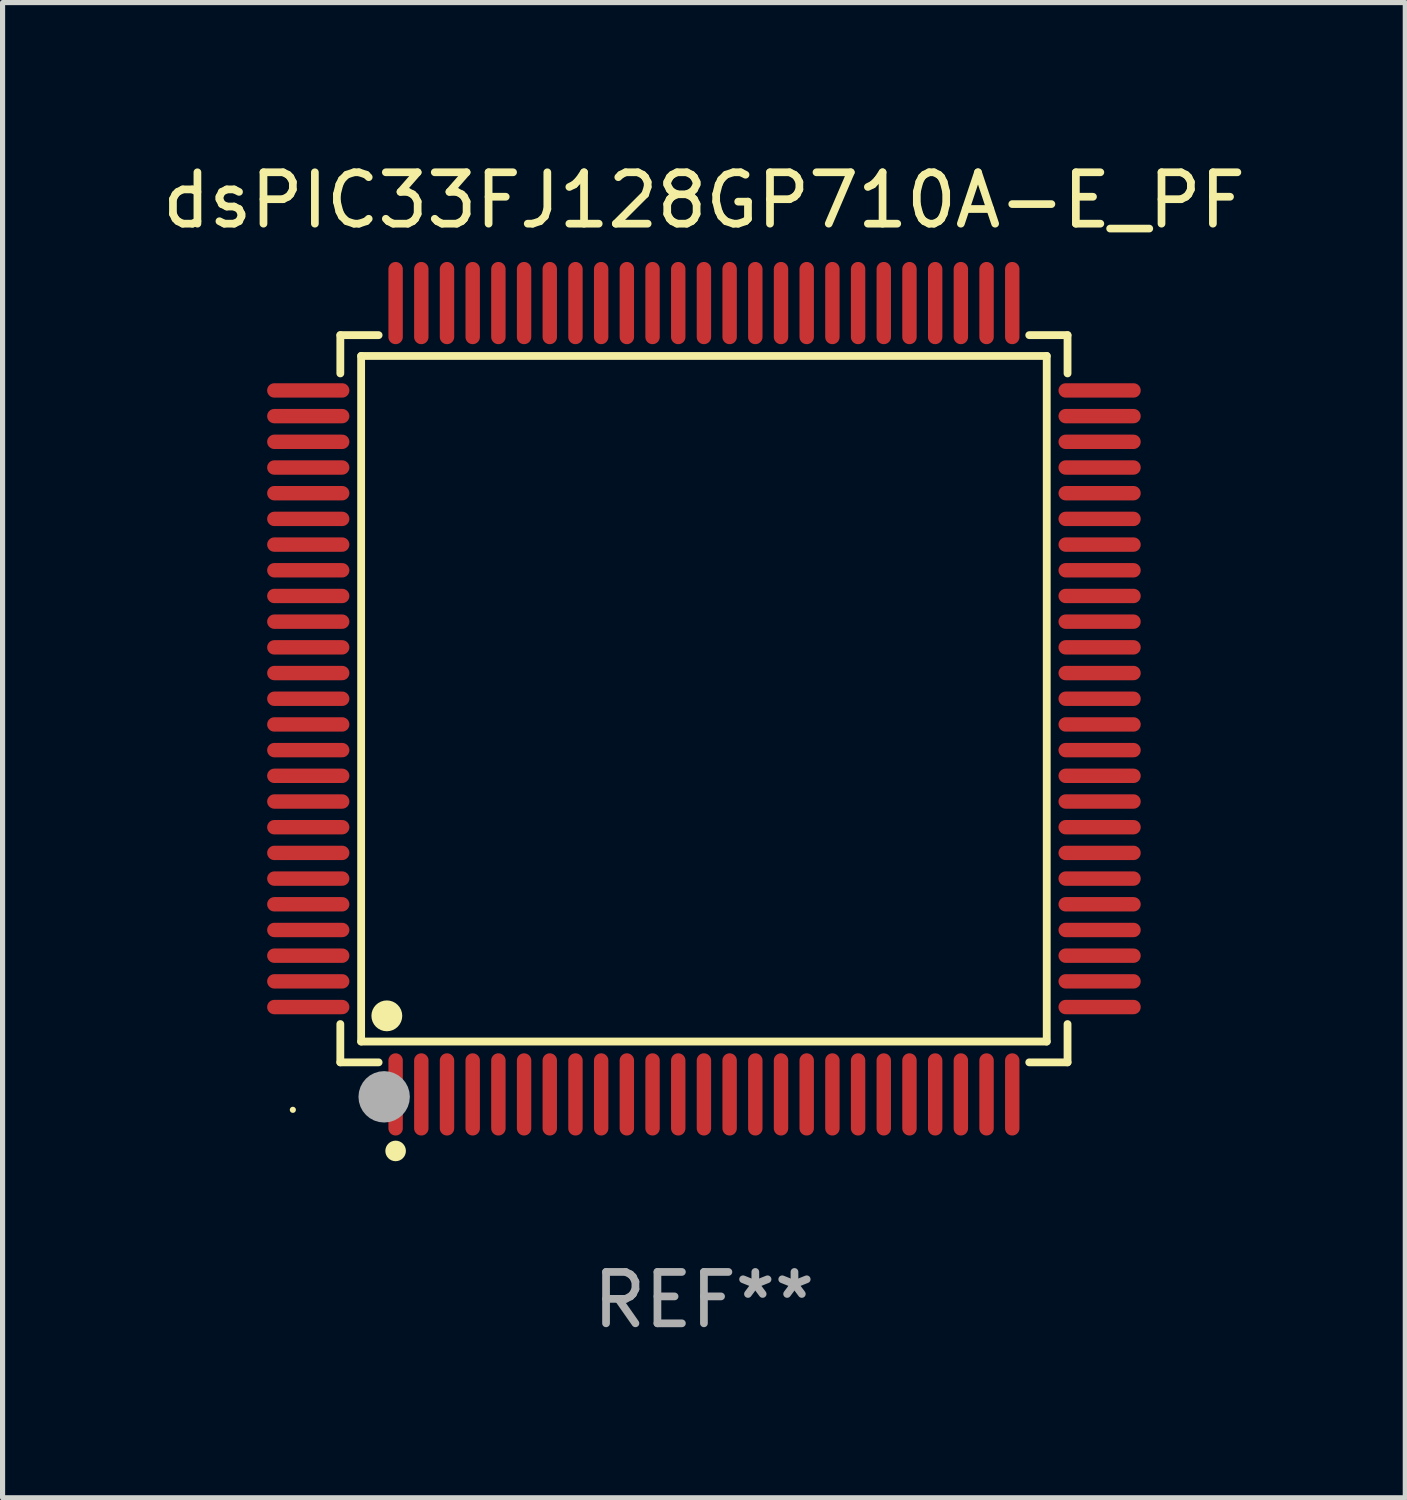
<source format=kicad_pcb>
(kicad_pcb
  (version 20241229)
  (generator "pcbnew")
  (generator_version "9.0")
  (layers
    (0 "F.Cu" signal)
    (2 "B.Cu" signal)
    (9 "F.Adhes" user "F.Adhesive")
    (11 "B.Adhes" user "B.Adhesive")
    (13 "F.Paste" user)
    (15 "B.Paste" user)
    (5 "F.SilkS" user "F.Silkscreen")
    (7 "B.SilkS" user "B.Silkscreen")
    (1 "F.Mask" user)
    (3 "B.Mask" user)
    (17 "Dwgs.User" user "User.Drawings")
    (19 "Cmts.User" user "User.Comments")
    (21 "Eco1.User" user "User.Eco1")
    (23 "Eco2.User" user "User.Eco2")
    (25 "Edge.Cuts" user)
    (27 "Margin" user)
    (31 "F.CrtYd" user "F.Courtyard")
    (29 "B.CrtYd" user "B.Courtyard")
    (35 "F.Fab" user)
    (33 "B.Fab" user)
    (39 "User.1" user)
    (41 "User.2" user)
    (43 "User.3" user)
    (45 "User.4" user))
  (footprint "dsPIC33FJ128GP710A-E_PF"
    (layer "F.Cu")
    (at 10.649 10.548)
    (property "Reference" "dsPIC33FJ128GP710A-E_PF" (at 0 -9.7 0) (layer "F.SilkS") (effects (font (size 1 1) (thickness 0.15))))
    (attr through_hole)
    (fp_line (start -7.076 -7.076) (end -6.331 -7.076) (stroke (width 0.152) (type solid)) (layer "F.SilkS"))
    (fp_line (start -7.076 -6.331) (end -7.076 -7.076) (stroke (width 0.152) (type solid)) (layer "F.SilkS"))
    (fp_line (start -7.076 6.331) (end -7.076 7.076) (stroke (width 0.152) (type solid)) (layer "F.SilkS"))
    (fp_line (start -7.076 7.076) (end -6.331 7.076) (stroke (width 0.152) (type solid)) (layer "F.SilkS"))
    (fp_line (start -6.671 -6.671) (end 6.671 -6.671) (stroke (width 0.152) (type solid)) (layer "F.SilkS"))
    (fp_line (start -6.671 6.671) (end -6.671 -6.671) (stroke (width 0.152) (type solid)) (layer "F.SilkS"))
    (fp_line (start 6.671 -6.671) (end 6.671 6.671) (stroke (width 0.152) (type solid)) (layer "F.SilkS"))
    (fp_line (start 6.671 6.671) (end -6.671 6.671) (stroke (width 0.152) (type solid)) (layer "F.SilkS"))
    (fp_line (start 7.076 -7.076) (end 6.331 -7.076) (stroke (width 0.152) (type solid)) (layer "F.SilkS"))
    (fp_line (start 7.076 -6.331) (end 7.076 -7.076) (stroke (width 0.152) (type solid)) (layer "F.SilkS"))
    (fp_line (start 7.076 6.331) (end 7.076 7.076) (stroke (width 0.152) (type solid)) (layer "F.SilkS"))
    (fp_line (start 7.076 7.076) (end 6.331 7.076) (stroke (width 0.152) (type solid)) (layer "F.SilkS"))
    (fp_circle (center -8 8) (end -7.97 8) (stroke (width 0.06) (type solid)) (fill no) (layer "F.SilkS"))
    (fp_circle (center -6.171 6.171) (end -6.021 6.171) (stroke (width 0.3) (type solid)) (fill no) (layer "F.SilkS"))
    (fp_circle (center -6 8.8) (end -5.9 8.8) (stroke (width 0.2) (type solid)) (fill no) (layer "F.SilkS"))
    (fp_circle (center -6.223 7.747) (end -5.973 7.747) (stroke (width 0.5) (type solid)) (fill no) (layer "F.Fab"))
    (fp_text user "REF**" (at 0 11.7 0) (layer "F.Fab") (effects (font (size 1 1) (thickness 0.15))))
    (pad "1" smd oval (at -6 7.7) (size 0.28 1.6) (layers "F.Cu" "F.Mask" "F.Paste"))
    (pad "2" smd oval (at -5.5 7.7) (size 0.28 1.6) (layers "F.Cu" "F.Mask" "F.Paste"))
    (pad "3" smd oval (at -5 7.7) (size 0.28 1.6) (layers "F.Cu" "F.Mask" "F.Paste"))
    (pad "4" smd oval (at -4.5 7.7) (size 0.28 1.6) (layers "F.Cu" "F.Mask" "F.Paste"))
    (pad "5" smd oval (at -4 7.7) (size 0.28 1.6) (layers "F.Cu" "F.Mask" "F.Paste"))
    (pad "6" smd oval (at -3.5 7.7) (size 0.28 1.6) (layers "F.Cu" "F.Mask" "F.Paste"))
    (pad "7" smd oval (at -3 7.7) (size 0.28 1.6) (layers "F.Cu" "F.Mask" "F.Paste"))
    (pad "8" smd oval (at -2.5 7.7) (size 0.28 1.6) (layers "F.Cu" "F.Mask" "F.Paste"))
    (pad "9" smd oval (at -2 7.7) (size 0.28 1.6) (layers "F.Cu" "F.Mask" "F.Paste"))
    (pad "10" smd oval (at -1.5 7.7) (size 0.28 1.6) (layers "F.Cu" "F.Mask" "F.Paste"))
    (pad "11" smd oval (at -1 7.7) (size 0.28 1.6) (layers "F.Cu" "F.Mask" "F.Paste"))
    (pad "12" smd oval (at -0.5 7.7) (size 0.28 1.6) (layers "F.Cu" "F.Mask" "F.Paste"))
    (pad "13" smd oval (at 0 7.7) (size 0.28 1.6) (layers "F.Cu" "F.Mask" "F.Paste"))
    (pad "14" smd oval (at 0.5 7.7) (size 0.28 1.6) (layers "F.Cu" "F.Mask" "F.Paste"))
    (pad "15" smd oval (at 1 7.7) (size 0.28 1.6) (layers "F.Cu" "F.Mask" "F.Paste"))
    (pad "16" smd oval (at 1.5 7.7) (size 0.28 1.6) (layers "F.Cu" "F.Mask" "F.Paste"))
    (pad "17" smd oval (at 2 7.7) (size 0.28 1.6) (layers "F.Cu" "F.Mask" "F.Paste"))
    (pad "18" smd oval (at 2.5 7.7) (size 0.28 1.6) (layers "F.Cu" "F.Mask" "F.Paste"))
    (pad "19" smd oval (at 3 7.7) (size 0.28 1.6) (layers "F.Cu" "F.Mask" "F.Paste"))
    (pad "20" smd oval (at 3.5 7.7) (size 0.28 1.6) (layers "F.Cu" "F.Mask" "F.Paste"))
    (pad "21" smd oval (at 4 7.7) (size 0.28 1.6) (layers "F.Cu" "F.Mask" "F.Paste"))
    (pad "22" smd oval (at 4.5 7.7) (size 0.28 1.6) (layers "F.Cu" "F.Mask" "F.Paste"))
    (pad "23" smd oval (at 5 7.7) (size 0.28 1.6) (layers "F.Cu" "F.Mask" "F.Paste"))
    (pad "24" smd oval (at 5.5 7.7) (size 0.28 1.6) (layers "F.Cu" "F.Mask" "F.Paste"))
    (pad "25" smd oval (at 6 7.7) (size 0.28 1.6) (layers "F.Cu" "F.Mask" "F.Paste"))
    (pad "26" smd oval (at 7.7 6) (size 1.6 0.28) (layers "F.Cu" "F.Mask" "F.Paste"))
    (pad "27" smd oval (at 7.7 5.5) (size 1.6 0.28) (layers "F.Cu" "F.Mask" "F.Paste"))
    (pad "28" smd oval (at 7.7 5) (size 1.6 0.28) (layers "F.Cu" "F.Mask" "F.Paste"))
    (pad "29" smd oval (at 7.7 4.5) (size 1.6 0.28) (layers "F.Cu" "F.Mask" "F.Paste"))
    (pad "30" smd oval (at 7.7 4) (size 1.6 0.28) (layers "F.Cu" "F.Mask" "F.Paste"))
    (pad "31" smd oval (at 7.7 3.5) (size 1.6 0.28) (layers "F.Cu" "F.Mask" "F.Paste"))
    (pad "32" smd oval (at 7.7 3) (size 1.6 0.28) (layers "F.Cu" "F.Mask" "F.Paste"))
    (pad "33" smd oval (at 7.7 2.5) (size 1.6 0.28) (layers "F.Cu" "F.Mask" "F.Paste"))
    (pad "34" smd oval (at 7.7 2) (size 1.6 0.28) (layers "F.Cu" "F.Mask" "F.Paste"))
    (pad "35" smd oval (at 7.7 1.5) (size 1.6 0.28) (layers "F.Cu" "F.Mask" "F.Paste"))
    (pad "36" smd oval (at 7.7 1) (size 1.6 0.28) (layers "F.Cu" "F.Mask" "F.Paste"))
    (pad "37" smd oval (at 7.7 0.5) (size 1.6 0.28) (layers "F.Cu" "F.Mask" "F.Paste"))
    (pad "38" smd oval (at 7.7 0) (size 1.6 0.28) (layers "F.Cu" "F.Mask" "F.Paste"))
    (pad "39" smd oval (at 7.7 -0.5) (size 1.6 0.28) (layers "F.Cu" "F.Mask" "F.Paste"))
    (pad "40" smd oval (at 7.7 -1) (size 1.6 0.28) (layers "F.Cu" "F.Mask" "F.Paste"))
    (pad "41" smd oval (at 7.7 -1.5) (size 1.6 0.28) (layers "F.Cu" "F.Mask" "F.Paste"))
    (pad "42" smd oval (at 7.7 -2) (size 1.6 0.28) (layers "F.Cu" "F.Mask" "F.Paste"))
    (pad "43" smd oval (at 7.7 -2.5) (size 1.6 0.28) (layers "F.Cu" "F.Mask" "F.Paste"))
    (pad "44" smd oval (at 7.7 -3) (size 1.6 0.28) (layers "F.Cu" "F.Mask" "F.Paste"))
    (pad "45" smd oval (at 7.7 -3.5) (size 1.6 0.28) (layers "F.Cu" "F.Mask" "F.Paste"))
    (pad "46" smd oval (at 7.7 -4) (size 1.6 0.28) (layers "F.Cu" "F.Mask" "F.Paste"))
    (pad "47" smd oval (at 7.7 -4.5) (size 1.6 0.28) (layers "F.Cu" "F.Mask" "F.Paste"))
    (pad "48" smd oval (at 7.7 -5) (size 1.6 0.28) (layers "F.Cu" "F.Mask" "F.Paste"))
    (pad "49" smd oval (at 7.7 -5.5) (size 1.6 0.28) (layers "F.Cu" "F.Mask" "F.Paste"))
    (pad "50" smd oval (at 7.7 -6) (size 1.6 0.28) (layers "F.Cu" "F.Mask" "F.Paste"))
    (pad "51" smd oval (at 6 -7.7) (size 0.28 1.6) (layers "F.Cu" "F.Mask" "F.Paste"))
    (pad "52" smd oval (at 5.5 -7.7) (size 0.28 1.6) (layers "F.Cu" "F.Mask" "F.Paste"))
    (pad "53" smd oval (at 5 -7.7) (size 0.28 1.6) (layers "F.Cu" "F.Mask" "F.Paste"))
    (pad "54" smd oval (at 4.5 -7.7) (size 0.28 1.6) (layers "F.Cu" "F.Mask" "F.Paste"))
    (pad "55" smd oval (at 4 -7.7) (size 0.28 1.6) (layers "F.Cu" "F.Mask" "F.Paste"))
    (pad "56" smd oval (at 3.5 -7.7) (size 0.28 1.6) (layers "F.Cu" "F.Mask" "F.Paste"))
    (pad "57" smd oval (at 3 -7.7) (size 0.28 1.6) (layers "F.Cu" "F.Mask" "F.Paste"))
    (pad "58" smd oval (at 2.5 -7.7) (size 0.28 1.6) (layers "F.Cu" "F.Mask" "F.Paste"))
    (pad "59" smd oval (at 2 -7.7) (size 0.28 1.6) (layers "F.Cu" "F.Mask" "F.Paste"))
    (pad "60" smd oval (at 1.5 -7.7) (size 0.28 1.6) (layers "F.Cu" "F.Mask" "F.Paste"))
    (pad "61" smd oval (at 1 -7.7) (size 0.28 1.6) (layers "F.Cu" "F.Mask" "F.Paste"))
    (pad "62" smd oval (at 0.5 -7.7) (size 0.28 1.6) (layers "F.Cu" "F.Mask" "F.Paste"))
    (pad "63" smd oval (at 0 -7.7) (size 0.28 1.6) (layers "F.Cu" "F.Mask" "F.Paste"))
    (pad "64" smd oval (at -0.5 -7.7) (size 0.28 1.6) (layers "F.Cu" "F.Mask" "F.Paste"))
    (pad "65" smd oval (at -1 -7.7) (size 0.28 1.6) (layers "F.Cu" "F.Mask" "F.Paste"))
    (pad "66" smd oval (at -1.5 -7.7) (size 0.28 1.6) (layers "F.Cu" "F.Mask" "F.Paste"))
    (pad "67" smd oval (at -2 -7.7) (size 0.28 1.6) (layers "F.Cu" "F.Mask" "F.Paste"))
    (pad "68" smd oval (at -2.5 -7.7) (size 0.28 1.6) (layers "F.Cu" "F.Mask" "F.Paste"))
    (pad "69" smd oval (at -3 -7.7) (size 0.28 1.6) (layers "F.Cu" "F.Mask" "F.Paste"))
    (pad "70" smd oval (at -3.5 -7.7) (size 0.28 1.6) (layers "F.Cu" "F.Mask" "F.Paste"))
    (pad "71" smd oval (at -4 -7.7) (size 0.28 1.6) (layers "F.Cu" "F.Mask" "F.Paste"))
    (pad "72" smd oval (at -4.5 -7.7) (size 0.28 1.6) (layers "F.Cu" "F.Mask" "F.Paste"))
    (pad "73" smd oval (at -5 -7.7) (size 0.28 1.6) (layers "F.Cu" "F.Mask" "F.Paste"))
    (pad "74" smd oval (at -5.5 -7.7) (size 0.28 1.6) (layers "F.Cu" "F.Mask" "F.Paste"))
    (pad "75" smd oval (at -6 -7.7) (size 0.28 1.6) (layers "F.Cu" "F.Mask" "F.Paste"))
    (pad "76" smd oval (at -7.7 -6) (size 1.6 0.28) (layers "F.Cu" "F.Mask" "F.Paste"))
    (pad "77" smd oval (at -7.7 -5.5) (size 1.6 0.28) (layers "F.Cu" "F.Mask" "F.Paste"))
    (pad "78" smd oval (at -7.7 -5) (size 1.6 0.28) (layers "F.Cu" "F.Mask" "F.Paste"))
    (pad "79" smd oval (at -7.7 -4.5) (size 1.6 0.28) (layers "F.Cu" "F.Mask" "F.Paste"))
    (pad "80" smd oval (at -7.7 -4) (size 1.6 0.28) (layers "F.Cu" "F.Mask" "F.Paste"))
    (pad "81" smd oval (at -7.7 -3.5) (size 1.6 0.28) (layers "F.Cu" "F.Mask" "F.Paste"))
    (pad "82" smd oval (at -7.7 -3) (size 1.6 0.28) (layers "F.Cu" "F.Mask" "F.Paste"))
    (pad "83" smd oval (at -7.7 -2.5) (size 1.6 0.28) (layers "F.Cu" "F.Mask" "F.Paste"))
    (pad "84" smd oval (at -7.7 -2) (size 1.6 0.28) (layers "F.Cu" "F.Mask" "F.Paste"))
    (pad "85" smd oval (at -7.7 -1.5) (size 1.6 0.28) (layers "F.Cu" "F.Mask" "F.Paste"))
    (pad "86" smd oval (at -7.7 -1) (size 1.6 0.28) (layers "F.Cu" "F.Mask" "F.Paste"))
    (pad "87" smd oval (at -7.7 -0.5) (size 1.6 0.28) (layers "F.Cu" "F.Mask" "F.Paste"))
    (pad "88" smd oval (at -7.7 0) (size 1.6 0.28) (layers "F.Cu" "F.Mask" "F.Paste"))
    (pad "89" smd oval (at -7.7 0.5) (size 1.6 0.28) (layers "F.Cu" "F.Mask" "F.Paste"))
    (pad "90" smd oval (at -7.7 1) (size 1.6 0.28) (layers "F.Cu" "F.Mask" "F.Paste"))
    (pad "91" smd oval (at -7.7 1.5) (size 1.6 0.28) (layers "F.Cu" "F.Mask" "F.Paste"))
    (pad "92" smd oval (at -7.7 2) (size 1.6 0.28) (layers "F.Cu" "F.Mask" "F.Paste"))
    (pad "93" smd oval (at -7.7 2.5) (size 1.6 0.28) (layers "F.Cu" "F.Mask" "F.Paste"))
    (pad "94" smd oval (at -7.7 3) (size 1.6 0.28) (layers "F.Cu" "F.Mask" "F.Paste"))
    (pad "95" smd oval (at -7.7 3.5) (size 1.6 0.28) (layers "F.Cu" "F.Mask" "F.Paste"))
    (pad "96" smd oval (at -7.7 4) (size 1.6 0.28) (layers "F.Cu" "F.Mask" "F.Paste"))
    (pad "97" smd oval (at -7.7 4.5) (size 1.6 0.28) (layers "F.Cu" "F.Mask" "F.Paste"))
    (pad "98" smd oval (at -7.7 5) (size 1.6 0.28) (layers "F.Cu" "F.Mask" "F.Paste"))
    (pad "99" smd oval (at -7.7 5.5) (size 1.6 0.28) (layers "F.Cu" "F.Mask" "F.Paste"))
    (pad "100" smd oval (at -7.7 6) (size 1.6 0.28) (layers "F.Cu" "F.Mask" "F.Paste")))
  (gr_rect
    (start -3 -3)
    (end 24.298 26.097)
    (stroke (width 0.1) (type default))
    (fill no)
    (layer "Edge.Cuts")))
</source>
